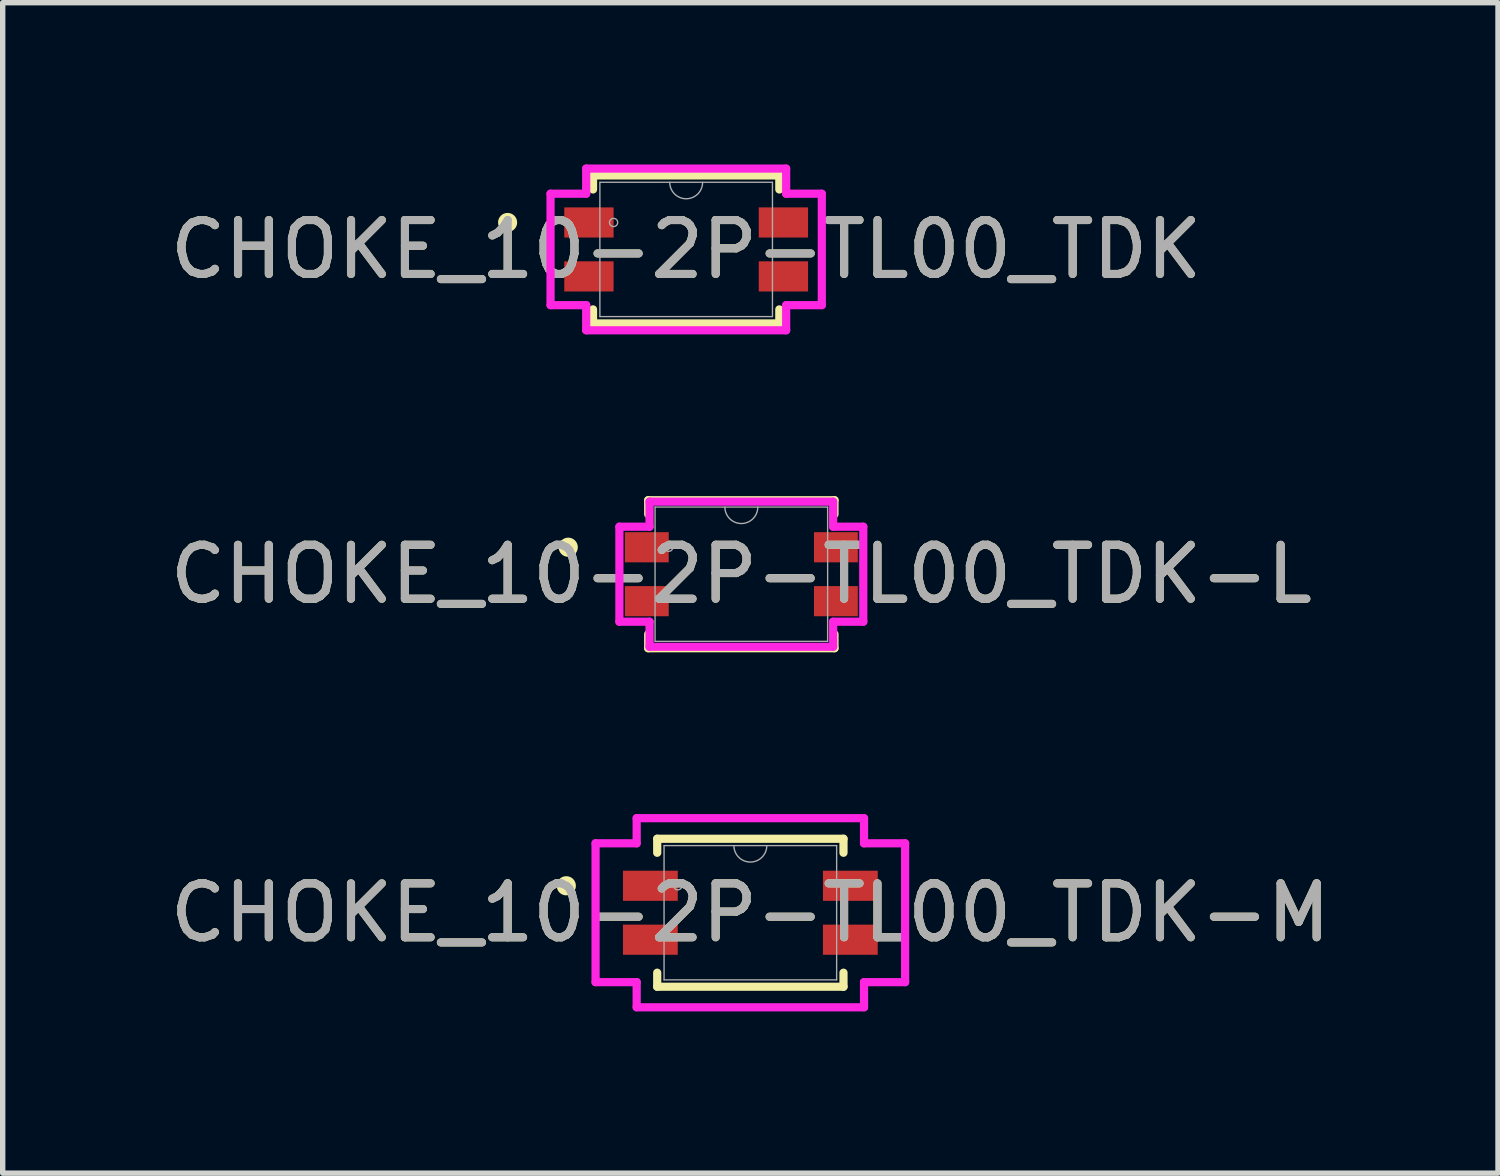
<source format=kicad_pcb>
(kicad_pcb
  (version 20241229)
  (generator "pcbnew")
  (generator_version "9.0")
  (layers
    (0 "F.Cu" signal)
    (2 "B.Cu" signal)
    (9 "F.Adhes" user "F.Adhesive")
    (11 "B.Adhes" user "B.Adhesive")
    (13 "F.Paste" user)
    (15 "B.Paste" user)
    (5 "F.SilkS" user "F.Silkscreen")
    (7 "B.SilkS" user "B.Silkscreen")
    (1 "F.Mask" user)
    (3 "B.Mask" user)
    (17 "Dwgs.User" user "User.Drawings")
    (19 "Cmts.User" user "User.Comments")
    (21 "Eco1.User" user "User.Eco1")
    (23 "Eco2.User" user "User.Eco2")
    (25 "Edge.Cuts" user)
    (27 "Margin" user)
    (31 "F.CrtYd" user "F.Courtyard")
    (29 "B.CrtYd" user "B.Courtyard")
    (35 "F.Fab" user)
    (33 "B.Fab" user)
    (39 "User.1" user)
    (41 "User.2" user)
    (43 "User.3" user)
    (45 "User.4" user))
  (footprint "CHOKE_10-2P-TL00_TDK-L"
    (layer "F.Cu")
    (at 10.696 7.597)
    (property "Reference" "CHOKE_10-2P-TL00_TDK-L" (at 0 0 0) (unlocked yes) (layer "F.SilkS") (effects (font (size 1 1) (thickness 0.15))))
    (attr smd)
    (fp_line (start -1.727 -1.372) (end -1.727 -1.112) (stroke (width 0.152) (type solid)) (layer "F.SilkS"))
    (fp_line (start -1.727 1.112) (end -1.727 1.372) (stroke (width 0.152) (type solid)) (layer "F.SilkS"))
    (fp_line (start -1.727 1.372) (end 1.727 1.372) (stroke (width 0.152) (type solid)) (layer "F.SilkS"))
    (fp_line (start 1.727 -1.372) (end -1.727 -1.372) (stroke (width 0.152) (type solid)) (layer "F.SilkS"))
    (fp_line (start 1.727 -1.112) (end 1.727 -1.372) (stroke (width 0.152) (type solid)) (layer "F.SilkS"))
    (fp_line (start 1.727 1.372) (end 1.727 1.112) (stroke (width 0.152) (type solid)) (layer "F.SilkS"))
    (fp_circle (center -3.21 -0.5) (end -3.108 -0.5) (stroke (width 0.152) (type solid)) (fill no) (layer "F.SilkS"))
    (fp_line (start -2.261 -0.881) (end -1.702 -0.881) (stroke (width 0.152) (type solid)) (layer "F.CrtYd"))
    (fp_line (start -2.261 0.881) (end -2.261 -0.881) (stroke (width 0.152) (type solid)) (layer "F.CrtYd"))
    (fp_line (start -2.261 0.881) (end -1.702 0.881) (stroke (width 0.152) (type solid)) (layer "F.CrtYd"))
    (fp_line (start -1.702 -1.346) (end 1.702 -1.346) (stroke (width 0.152) (type solid)) (layer "F.CrtYd"))
    (fp_line (start -1.702 -0.881) (end -1.702 -1.346) (stroke (width 0.152) (type solid)) (layer "F.CrtYd"))
    (fp_line (start -1.702 1.346) (end -1.702 0.881) (stroke (width 0.152) (type solid)) (layer "F.CrtYd"))
    (fp_line (start 1.702 -1.346) (end 1.702 -0.881) (stroke (width 0.152) (type solid)) (layer "F.CrtYd"))
    (fp_line (start 1.702 0.881) (end 1.702 1.346) (stroke (width 0.152) (type solid)) (layer "F.CrtYd"))
    (fp_line (start 1.702 1.346) (end -1.702 1.346) (stroke (width 0.152) (type solid)) (layer "F.CrtYd"))
    (fp_line (start 2.261 -0.881) (end 1.702 -0.881) (stroke (width 0.152) (type solid)) (layer "F.CrtYd"))
    (fp_line (start 2.261 -0.881) (end 2.261 0.881) (stroke (width 0.152) (type solid)) (layer "F.CrtYd"))
    (fp_line (start 2.261 0.881) (end 1.702 0.881) (stroke (width 0.152) (type solid)) (layer "F.CrtYd"))
    (fp_line (start -1.6 -1.245) (end -1.6 1.245) (stroke (width 0.025) (type solid)) (layer "F.Fab"))
    (fp_line (start -1.6 1.245) (end 1.6 1.245) (stroke (width 0.025) (type solid)) (layer "F.Fab"))
    (fp_line (start 1.6 -1.245) (end -1.6 -1.245) (stroke (width 0.025) (type solid)) (layer "F.Fab"))
    (fp_line (start 1.6 1.245) (end 1.6 -1.245) (stroke (width 0.025) (type solid)) (layer "F.Fab"))
    (fp_arc (start 0.3048 -1.2446) (mid 0 -0.9398) (end -0.3048 -1.2446) (stroke (width 0.0254) (type solid)) (layer "F.Fab"))
    (fp_circle (center -1.346 -0.5) (end -1.27 -0.5) (stroke (width 0.025) (type solid)) (fill no) (layer "F.Fab"))
    (fp_text user "${REFERENCE}" (at 0 0 0) (unlocked yes) (layer "F.Fab") (effects (font (size 1 1) (thickness 0.15))))
    (pad "1" smd rect (at -1.753 -0.5) (size 0.813 0.559) (layers "F.Cu" "F.Mask" "F.Paste"))
    (pad "2" smd rect (at -1.753 0.5) (size 0.813 0.559) (layers "F.Cu" "F.Mask" "F.Paste"))
    (pad "3" smd rect (at 1.753 0.5) (size 0.813 0.559) (layers "F.Cu" "F.Mask" "F.Paste"))
    (pad "4" smd rect (at 1.753 -0.5) (size 0.813 0.559) (layers "F.Cu" "F.Mask" "F.Paste")))
  (footprint "CHOKE_10-2P-TL00_TDK-M"
    (layer "F.Cu")
    (at 10.863 13.874)
    (property "Reference" "CHOKE_10-2P-TL00_TDK-M" (at 0 0 0) (unlocked yes) (layer "F.SilkS") (effects (font (size 1 1) (thickness 0.15))))
    (attr smd)
    (fp_line (start -1.727 -1.372) (end -1.727 -1.112) (stroke (width 0.152) (type solid)) (layer "F.SilkS"))
    (fp_line (start -1.727 1.112) (end -1.727 1.372) (stroke (width 0.152) (type solid)) (layer "F.SilkS"))
    (fp_line (start -1.727 1.372) (end 1.727 1.372) (stroke (width 0.152) (type solid)) (layer "F.SilkS"))
    (fp_line (start 1.727 -1.372) (end -1.727 -1.372) (stroke (width 0.152) (type solid)) (layer "F.SilkS"))
    (fp_line (start 1.727 -1.112) (end 1.727 -1.372) (stroke (width 0.152) (type solid)) (layer "F.SilkS"))
    (fp_line (start 1.727 1.372) (end 1.727 1.112) (stroke (width 0.152) (type solid)) (layer "F.SilkS"))
    (fp_circle (center -3.413 -0.5) (end -3.311 -0.5) (stroke (width 0.152) (type solid)) (fill no) (layer "F.SilkS"))
    (fp_line (start -2.87 -1.287) (end -2.108 -1.287) (stroke (width 0.152) (type solid)) (layer "F.CrtYd"))
    (fp_line (start -2.87 1.287) (end -2.87 -1.287) (stroke (width 0.152) (type solid)) (layer "F.CrtYd"))
    (fp_line (start -2.87 1.287) (end -2.108 1.287) (stroke (width 0.152) (type solid)) (layer "F.CrtYd"))
    (fp_line (start -2.108 -1.753) (end 2.108 -1.753) (stroke (width 0.152) (type solid)) (layer "F.CrtYd"))
    (fp_line (start -2.108 -1.287) (end -2.108 -1.753) (stroke (width 0.152) (type solid)) (layer "F.CrtYd"))
    (fp_line (start -2.108 1.753) (end -2.108 1.287) (stroke (width 0.152) (type solid)) (layer "F.CrtYd"))
    (fp_line (start 2.108 -1.753) (end 2.108 -1.287) (stroke (width 0.152) (type solid)) (layer "F.CrtYd"))
    (fp_line (start 2.108 1.287) (end 2.108 1.753) (stroke (width 0.152) (type solid)) (layer "F.CrtYd"))
    (fp_line (start 2.108 1.753) (end -2.108 1.753) (stroke (width 0.152) (type solid)) (layer "F.CrtYd"))
    (fp_line (start 2.87 -1.287) (end 2.108 -1.287) (stroke (width 0.152) (type solid)) (layer "F.CrtYd"))
    (fp_line (start 2.87 -1.287) (end 2.87 1.287) (stroke (width 0.152) (type solid)) (layer "F.CrtYd"))
    (fp_line (start 2.87 1.287) (end 2.108 1.287) (stroke (width 0.152) (type solid)) (layer "F.CrtYd"))
    (fp_line (start -1.6 -1.245) (end -1.6 1.245) (stroke (width 0.025) (type solid)) (layer "F.Fab"))
    (fp_line (start -1.6 1.245) (end 1.6 1.245) (stroke (width 0.025) (type solid)) (layer "F.Fab"))
    (fp_line (start 1.6 -1.245) (end -1.6 -1.245) (stroke (width 0.025) (type solid)) (layer "F.Fab"))
    (fp_line (start 1.6 1.245) (end 1.6 -1.245) (stroke (width 0.025) (type solid)) (layer "F.Fab"))
    (fp_arc (start 0.3048 -1.2446) (mid 0 -0.9398) (end -0.3048 -1.2446) (stroke (width 0.0254) (type solid)) (layer "F.Fab"))
    (fp_circle (center -1.346 -0.5) (end -1.27 -0.5) (stroke (width 0.025) (type solid)) (fill no) (layer "F.Fab"))
    (fp_text user "${REFERENCE}" (at 0 0 0) (unlocked yes) (layer "F.Fab") (effects (font (size 1 1) (thickness 0.15))))
    (pad "1" smd rect (at -1.854 -0.5) (size 1.016 0.559) (layers "F.Cu" "F.Mask" "F.Paste"))
    (pad "2" smd rect (at -1.854 0.5) (size 1.016 0.559) (layers "F.Cu" "F.Mask" "F.Paste"))
    (pad "3" smd rect (at 1.854 0.5) (size 1.016 0.559) (layers "F.Cu" "F.Mask" "F.Paste"))
    (pad "4" smd rect (at 1.854 -0.5) (size 1.016 0.559) (layers "F.Cu" "F.Mask" "F.Paste")))
  (footprint "CHOKE_10-2P-TL00_TDK"
    (layer "F.Cu")
    (at 9.673 1.575)
    (property "Reference" "CHOKE_10-2P-TL00_TDK" (at 0 0 0) (unlocked yes) (layer "F.SilkS") (effects (font (size 1 1) (thickness 0.15))))
    (attr smd)
    (fp_line (start -1.727 -1.372) (end -1.727 -1.112) (stroke (width 0.152) (type solid)) (layer "F.SilkS"))
    (fp_line (start -1.727 1.112) (end -1.727 1.372) (stroke (width 0.152) (type solid)) (layer "F.SilkS"))
    (fp_line (start -1.727 1.372) (end 1.727 1.372) (stroke (width 0.152) (type solid)) (layer "F.SilkS"))
    (fp_line (start 1.727 -1.372) (end -1.727 -1.372) (stroke (width 0.152) (type solid)) (layer "F.SilkS"))
    (fp_line (start 1.727 -1.112) (end 1.727 -1.372) (stroke (width 0.152) (type solid)) (layer "F.SilkS"))
    (fp_line (start 1.727 1.372) (end 1.727 1.112) (stroke (width 0.152) (type solid)) (layer "F.SilkS"))
    (fp_circle (center -3.311 -0.5) (end -3.21 -0.5) (stroke (width 0.152) (type solid)) (fill no) (layer "F.SilkS"))
    (fp_line (start -2.515 -1.033) (end -1.854 -1.033) (stroke (width 0.152) (type solid)) (layer "F.CrtYd"))
    (fp_line (start -2.515 1.033) (end -2.515 -1.033) (stroke (width 0.152) (type solid)) (layer "F.CrtYd"))
    (fp_line (start -2.515 1.033) (end -1.854 1.033) (stroke (width 0.152) (type solid)) (layer "F.CrtYd"))
    (fp_line (start -1.854 -1.499) (end 1.854 -1.499) (stroke (width 0.152) (type solid)) (layer "F.CrtYd"))
    (fp_line (start -1.854 -1.033) (end -1.854 -1.499) (stroke (width 0.152) (type solid)) (layer "F.CrtYd"))
    (fp_line (start -1.854 1.499) (end -1.854 1.033) (stroke (width 0.152) (type solid)) (layer "F.CrtYd"))
    (fp_line (start 1.854 -1.499) (end 1.854 -1.033) (stroke (width 0.152) (type solid)) (layer "F.CrtYd"))
    (fp_line (start 1.854 1.033) (end 1.854 1.499) (stroke (width 0.152) (type solid)) (layer "F.CrtYd"))
    (fp_line (start 1.854 1.499) (end -1.854 1.499) (stroke (width 0.152) (type solid)) (layer "F.CrtYd"))
    (fp_line (start 2.515 -1.033) (end 1.854 -1.033) (stroke (width 0.152) (type solid)) (layer "F.CrtYd"))
    (fp_line (start 2.515 -1.033) (end 2.515 1.033) (stroke (width 0.152) (type solid)) (layer "F.CrtYd"))
    (fp_line (start 2.515 1.033) (end 1.854 1.033) (stroke (width 0.152) (type solid)) (layer "F.CrtYd"))
    (fp_line (start -1.6 -1.245) (end -1.6 1.245) (stroke (width 0.025) (type solid)) (layer "F.Fab"))
    (fp_line (start -1.6 1.245) (end 1.6 1.245) (stroke (width 0.025) (type solid)) (layer "F.Fab"))
    (fp_line (start 1.6 -1.245) (end -1.6 -1.245) (stroke (width 0.025) (type solid)) (layer "F.Fab"))
    (fp_line (start 1.6 1.245) (end 1.6 -1.245) (stroke (width 0.025) (type solid)) (layer "F.Fab"))
    (fp_arc (start 0.3048 -1.2446) (mid 0 -0.9398) (end -0.3048 -1.2446) (stroke (width 0.0254) (type solid)) (layer "F.Fab"))
    (fp_circle (center -1.346 -0.5) (end -1.27 -0.5) (stroke (width 0.025) (type solid)) (fill no) (layer "F.Fab"))
    (fp_text user "${REFERENCE}" (at 0 0 0) (unlocked yes) (layer "F.Fab") (effects (font (size 1 1) (thickness 0.15))))
    (pad "1" smd rect (at -1.803 -0.5) (size 0.914 0.559) (layers "F.Cu" "F.Mask" "F.Paste"))
    (pad "2" smd rect (at -1.803 0.5) (size 0.914 0.559) (layers "F.Cu" "F.Mask" "F.Paste"))
    (pad "3" smd rect (at 1.803 0.5) (size 0.914 0.559) (layers "F.Cu" "F.Mask" "F.Paste"))
    (pad "4" smd rect (at 1.803 -0.5) (size 0.914 0.559) (layers "F.Cu" "F.Mask" "F.Paste")))
  (gr_rect
    (start -3 -3)
    (end 24.726 18.703)
    (stroke (width 0.1) (type default))
    (fill no)
    (layer "Edge.Cuts")))
</source>
